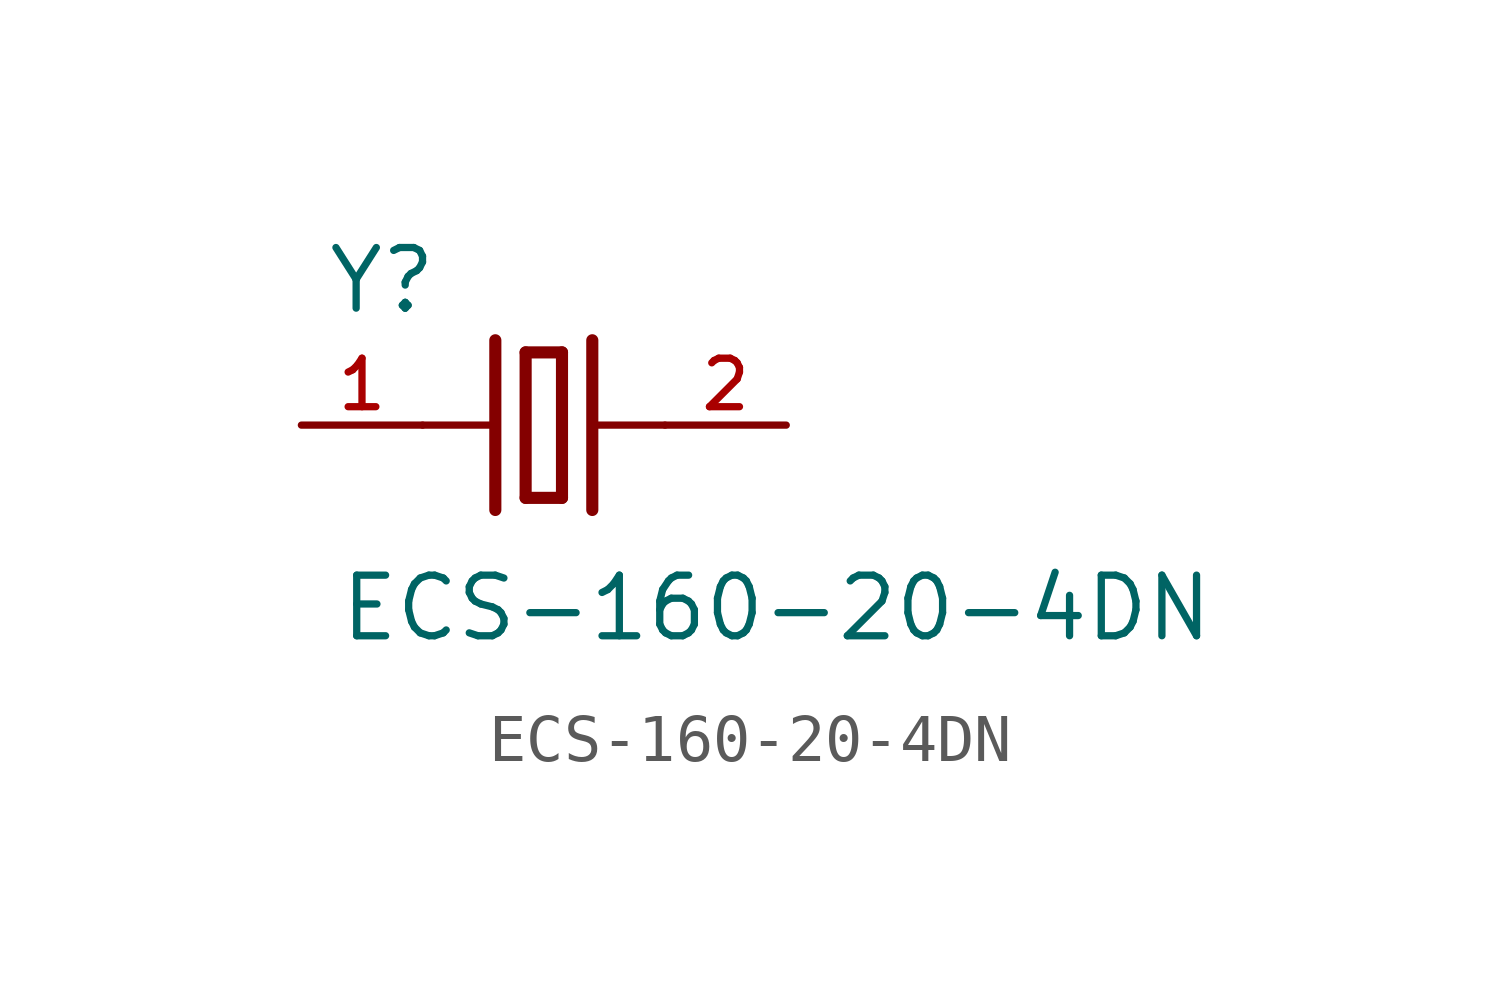
<source format=kicad_sym>
(kicad_symbol_lib
  (version 20211014)
  (generator kicad_symbol_editor)
  (symbol "ECS-160-20-4DN"
    (pin_names
      (offset 1.016))
    (property "Reference" "Y"
      (at -4.577 2.288 0)
      (effects (font (size 1.27 1.27)) (justify bottom left)))
    (property "Value" "ECS-160-20-4DN"
      (at -4.323 -4.577 0)
      (effects (font (size 1.27 1.27)) (justify bottom left)))
    (symbol "ECS-160-20-4DN_0_0"
      (polyline (pts (xy 1.016 0.0) (xy 2.54 0.0)) (stroke (width 0.152)))
      (polyline (pts (xy -2.54 0.0) (xy -1.016 0.0)) (stroke (width 0.152)))
      (polyline (pts (xy -0.381 1.524) (xy -0.381 -1.524)) (stroke (width 0.254)))
      (polyline (pts (xy -0.381 -1.524) (xy 0.381 -1.524)) (stroke (width 0.254)))
      (polyline (pts (xy 0.381 -1.524) (xy 0.381 1.524)) (stroke (width 0.254)))
      (polyline (pts (xy 0.381 1.524) (xy -0.381 1.524)) (stroke (width 0.254)))
      (polyline (pts (xy 1.016 1.778) (xy 1.016 -1.778)) (stroke (width 0.254)))
      (polyline (pts (xy -1.016 1.778) (xy -1.016 -1.778)) (stroke (width 0.254)))
      (pin passive line (at 5.08 0.0 180.0) (length 2.54) (name "~" (effects (font (size 1.016 1.016)))) (number "2" (effects (font (size 1.016 1.016)))))
      (pin passive line (at -5.08 0.0 0) (length 2.54) (name "~" (effects (font (size 1.016 1.016)))) (number "1" (effects (font (size 1.016 1.016))))))))
</source>
